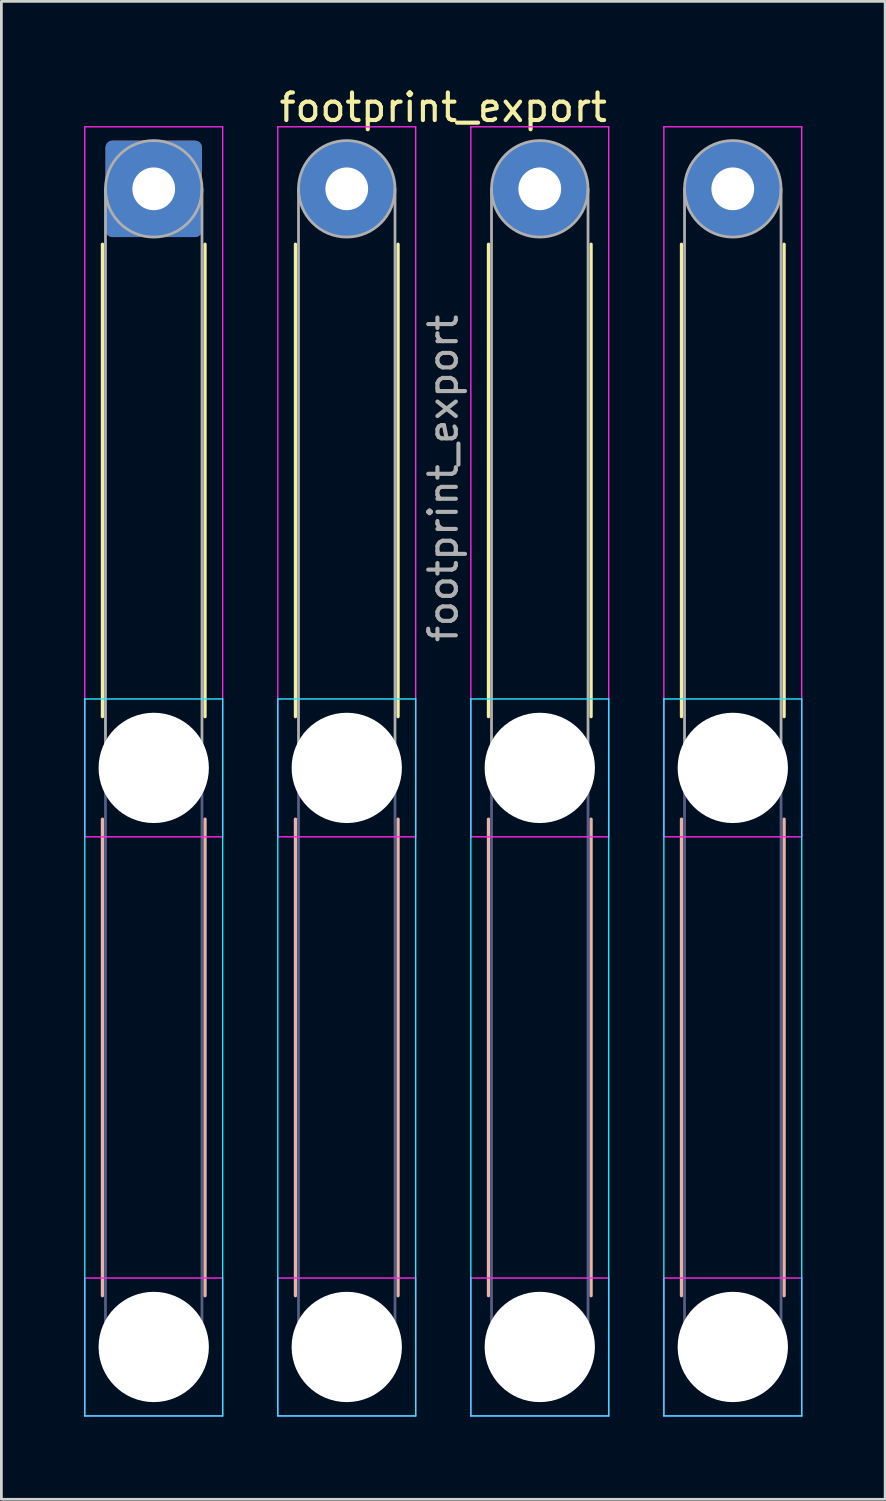
<source format=kicad_pcb>
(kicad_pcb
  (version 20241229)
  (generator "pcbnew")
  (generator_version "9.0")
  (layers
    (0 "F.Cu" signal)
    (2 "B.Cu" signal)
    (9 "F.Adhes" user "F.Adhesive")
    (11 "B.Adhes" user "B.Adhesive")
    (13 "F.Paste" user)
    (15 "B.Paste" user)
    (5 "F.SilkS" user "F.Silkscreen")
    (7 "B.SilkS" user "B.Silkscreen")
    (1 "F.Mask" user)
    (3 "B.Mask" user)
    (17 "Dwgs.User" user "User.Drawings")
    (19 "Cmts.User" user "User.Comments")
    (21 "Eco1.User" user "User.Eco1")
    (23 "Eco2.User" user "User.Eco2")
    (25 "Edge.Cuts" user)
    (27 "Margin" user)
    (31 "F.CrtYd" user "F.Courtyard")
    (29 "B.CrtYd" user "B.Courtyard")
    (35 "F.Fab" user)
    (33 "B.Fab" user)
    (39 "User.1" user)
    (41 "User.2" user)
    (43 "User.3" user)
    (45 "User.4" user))
  (footprint "footprint_export"
    (layer "F.Cu")
    (at 2.525 3.798)
    (property "Reference" "footprint_export" (at 10.5 -2.95 0) (layer "F.SilkS") (effects (font (size 1 1) (thickness 0.15))))
    (attr exclude_from_pos_files exclude_from_bom)
    (fp_line (start -1.86 2.01) (end -1.86 19.14) (stroke (width 0.12) (type solid)) (layer "F.SilkS"))
    (fp_line (start 1.86 2.01) (end 1.86 19.14) (stroke (width 0.12) (type solid)) (layer "F.SilkS"))
    (fp_line (start 5.14 2.01) (end 5.14 19.14) (stroke (width 0.12) (type solid)) (layer "F.SilkS"))
    (fp_line (start 8.86 2.01) (end 8.86 19.14) (stroke (width 0.12) (type solid)) (layer "F.SilkS"))
    (fp_line (start 12.14 2.01) (end 12.14 19.14) (stroke (width 0.12) (type solid)) (layer "F.SilkS"))
    (fp_line (start 15.86 2.01) (end 15.86 19.14) (stroke (width 0.12) (type solid)) (layer "F.SilkS"))
    (fp_line (start 19.14 2.01) (end 19.14 19.14) (stroke (width 0.12) (type solid)) (layer "F.SilkS"))
    (fp_line (start 22.86 2.01) (end 22.86 19.14) (stroke (width 0.12) (type solid)) (layer "F.SilkS"))
    (fp_line (start -1.86 22.86) (end -1.86 40.14) (stroke (width 0.12) (type solid)) (layer "B.SilkS"))
    (fp_line (start 1.86 22.86) (end 1.86 40.14) (stroke (width 0.12) (type solid)) (layer "B.SilkS"))
    (fp_line (start 5.14 22.86) (end 5.14 40.14) (stroke (width 0.12) (type solid)) (layer "B.SilkS"))
    (fp_line (start 8.86 22.86) (end 8.86 40.14) (stroke (width 0.12) (type solid)) (layer "B.SilkS"))
    (fp_line (start 12.14 22.86) (end 12.14 40.14) (stroke (width 0.12) (type solid)) (layer "B.SilkS"))
    (fp_line (start 15.86 22.86) (end 15.86 40.14) (stroke (width 0.12) (type solid)) (layer "B.SilkS"))
    (fp_line (start 19.14 22.86) (end 19.14 40.14) (stroke (width 0.12) (type solid)) (layer "B.SilkS"))
    (fp_line (start 22.86 22.86) (end 22.86 40.14) (stroke (width 0.12) (type solid)) (layer "B.SilkS"))
    (fp_line (start -2.5 18.5) (end -2.5 44.5) (stroke (width 0.05) (type solid)) (layer "B.CrtYd"))
    (fp_line (start -2.5 44.5) (end 2.5 44.5) (stroke (width 0.05) (type solid)) (layer "B.CrtYd"))
    (fp_line (start 2.5 18.5) (end -2.5 18.5) (stroke (width 0.05) (type solid)) (layer "B.CrtYd"))
    (fp_line (start 2.5 44.5) (end 2.5 18.5) (stroke (width 0.05) (type solid)) (layer "B.CrtYd"))
    (fp_line (start 4.5 18.5) (end 4.5 44.5) (stroke (width 0.05) (type solid)) (layer "B.CrtYd"))
    (fp_line (start 4.5 44.5) (end 9.5 44.5) (stroke (width 0.05) (type solid)) (layer "B.CrtYd"))
    (fp_line (start 9.5 18.5) (end 4.5 18.5) (stroke (width 0.05) (type solid)) (layer "B.CrtYd"))
    (fp_line (start 9.5 44.5) (end 9.5 18.5) (stroke (width 0.05) (type solid)) (layer "B.CrtYd"))
    (fp_line (start 11.5 18.5) (end 11.5 44.5) (stroke (width 0.05) (type solid)) (layer "B.CrtYd"))
    (fp_line (start 11.5 44.5) (end 16.5 44.5) (stroke (width 0.05) (type solid)) (layer "B.CrtYd"))
    (fp_line (start 16.5 18.5) (end 11.5 18.5) (stroke (width 0.05) (type solid)) (layer "B.CrtYd"))
    (fp_line (start 16.5 44.5) (end 16.5 18.5) (stroke (width 0.05) (type solid)) (layer "B.CrtYd"))
    (fp_line (start 18.5 18.5) (end 18.5 44.5) (stroke (width 0.05) (type solid)) (layer "B.CrtYd"))
    (fp_line (start 18.5 44.5) (end 23.5 44.5) (stroke (width 0.05) (type solid)) (layer "B.CrtYd"))
    (fp_line (start 23.5 18.5) (end 18.5 18.5) (stroke (width 0.05) (type solid)) (layer "B.CrtYd"))
    (fp_line (start 23.5 44.5) (end 23.5 18.5) (stroke (width 0.05) (type solid)) (layer "B.CrtYd"))
    (fp_line (start -2.5 -2.25) (end -2.5 23.5) (stroke (width 0.05) (type solid)) (layer "F.CrtYd"))
    (fp_line (start -2.5 23.5) (end 2.5 23.5) (stroke (width 0.05) (type solid)) (layer "F.CrtYd"))
    (fp_line (start -2.5 39.5) (end -2.5 44.5) (stroke (width 0.05) (type solid)) (layer "F.CrtYd"))
    (fp_line (start -2.5 44.5) (end 2.5 44.5) (stroke (width 0.05) (type solid)) (layer "F.CrtYd"))
    (fp_line (start 2.5 -2.25) (end -2.5 -2.25) (stroke (width 0.05) (type solid)) (layer "F.CrtYd"))
    (fp_line (start 2.5 23.5) (end 2.5 -2.25) (stroke (width 0.05) (type solid)) (layer "F.CrtYd"))
    (fp_line (start 2.5 39.5) (end -2.5 39.5) (stroke (width 0.05) (type solid)) (layer "F.CrtYd"))
    (fp_line (start 2.5 44.5) (end 2.5 39.5) (stroke (width 0.05) (type solid)) (layer "F.CrtYd"))
    (fp_line (start 4.5 -2.25) (end 4.5 23.5) (stroke (width 0.05) (type solid)) (layer "F.CrtYd"))
    (fp_line (start 4.5 23.5) (end 9.5 23.5) (stroke (width 0.05) (type solid)) (layer "F.CrtYd"))
    (fp_line (start 4.5 39.5) (end 4.5 44.5) (stroke (width 0.05) (type solid)) (layer "F.CrtYd"))
    (fp_line (start 4.5 44.5) (end 9.5 44.5) (stroke (width 0.05) (type solid)) (layer "F.CrtYd"))
    (fp_line (start 9.5 -2.25) (end 4.5 -2.25) (stroke (width 0.05) (type solid)) (layer "F.CrtYd"))
    (fp_line (start 9.5 23.5) (end 9.5 -2.25) (stroke (width 0.05) (type solid)) (layer "F.CrtYd"))
    (fp_line (start 9.5 39.5) (end 4.5 39.5) (stroke (width 0.05) (type solid)) (layer "F.CrtYd"))
    (fp_line (start 9.5 44.5) (end 9.5 39.5) (stroke (width 0.05) (type solid)) (layer "F.CrtYd"))
    (fp_line (start 11.5 -2.25) (end 11.5 23.5) (stroke (width 0.05) (type solid)) (layer "F.CrtYd"))
    (fp_line (start 11.5 23.5) (end 16.5 23.5) (stroke (width 0.05) (type solid)) (layer "F.CrtYd"))
    (fp_line (start 11.5 39.5) (end 11.5 44.5) (stroke (width 0.05) (type solid)) (layer "F.CrtYd"))
    (fp_line (start 11.5 44.5) (end 16.5 44.5) (stroke (width 0.05) (type solid)) (layer "F.CrtYd"))
    (fp_line (start 16.5 -2.25) (end 11.5 -2.25) (stroke (width 0.05) (type solid)) (layer "F.CrtYd"))
    (fp_line (start 16.5 23.5) (end 16.5 -2.25) (stroke (width 0.05) (type solid)) (layer "F.CrtYd"))
    (fp_line (start 16.5 39.5) (end 11.5 39.5) (stroke (width 0.05) (type solid)) (layer "F.CrtYd"))
    (fp_line (start 16.5 44.5) (end 16.5 39.5) (stroke (width 0.05) (type solid)) (layer "F.CrtYd"))
    (fp_line (start 18.5 -2.25) (end 18.5 23.5) (stroke (width 0.05) (type solid)) (layer "F.CrtYd"))
    (fp_line (start 18.5 23.5) (end 23.5 23.5) (stroke (width 0.05) (type solid)) (layer "F.CrtYd"))
    (fp_line (start 18.5 39.5) (end 18.5 44.5) (stroke (width 0.05) (type solid)) (layer "F.CrtYd"))
    (fp_line (start 18.5 44.5) (end 23.5 44.5) (stroke (width 0.05) (type solid)) (layer "F.CrtYd"))
    (fp_line (start 23.5 -2.25) (end 18.5 -2.25) (stroke (width 0.05) (type solid)) (layer "F.CrtYd"))
    (fp_line (start 23.5 23.5) (end 23.5 -2.25) (stroke (width 0.05) (type solid)) (layer "F.CrtYd"))
    (fp_line (start 23.5 39.5) (end 18.5 39.5) (stroke (width 0.05) (type solid)) (layer "F.CrtYd"))
    (fp_line (start 23.5 44.5) (end 23.5 39.5) (stroke (width 0.05) (type solid)) (layer "F.CrtYd"))
    (fp_line (start -1.75 21) (end -1.75 42) (stroke (width 0.1) (type solid)) (layer "B.Fab"))
    (fp_line (start 1.75 21) (end 1.75 42) (stroke (width 0.1) (type solid)) (layer "B.Fab"))
    (fp_line (start 5.25 21) (end 5.25 42) (stroke (width 0.1) (type solid)) (layer "B.Fab"))
    (fp_line (start 8.75 21) (end 8.75 42) (stroke (width 0.1) (type solid)) (layer "B.Fab"))
    (fp_line (start 12.25 21) (end 12.25 42) (stroke (width 0.1) (type solid)) (layer "B.Fab"))
    (fp_line (start 15.75 21) (end 15.75 42) (stroke (width 0.1) (type solid)) (layer "B.Fab"))
    (fp_line (start 19.25 21) (end 19.25 42) (stroke (width 0.1) (type solid)) (layer "B.Fab"))
    (fp_line (start 22.75 21) (end 22.75 42) (stroke (width 0.1) (type solid)) (layer "B.Fab"))
    (fp_circle (center 0 21) (end 1.75 21) (stroke (width 0.1) (type solid)) (fill no) (layer "B.Fab"))
    (fp_circle (center 0 42) (end 1.75 42) (stroke (width 0.1) (type solid)) (fill no) (layer "B.Fab"))
    (fp_circle (center 7 21) (end 8.75 21) (stroke (width 0.1) (type solid)) (fill no) (layer "B.Fab"))
    (fp_circle (center 7 42) (end 8.75 42) (stroke (width 0.1) (type solid)) (fill no) (layer "B.Fab"))
    (fp_circle (center 14 21) (end 15.75 21) (stroke (width 0.1) (type solid)) (fill no) (layer "B.Fab"))
    (fp_circle (center 14 42) (end 15.75 42) (stroke (width 0.1) (type solid)) (fill no) (layer "B.Fab"))
    (fp_circle (center 21 21) (end 22.75 21) (stroke (width 0.1) (type solid)) (fill no) (layer "B.Fab"))
    (fp_circle (center 21 42) (end 22.75 42) (stroke (width 0.1) (type solid)) (fill no) (layer "B.Fab"))
    (fp_line (start -1.75 0) (end -1.75 21) (stroke (width 0.1) (type solid)) (layer "F.Fab"))
    (fp_line (start 1.75 0) (end 1.75 21) (stroke (width 0.1) (type solid)) (layer "F.Fab"))
    (fp_line (start 5.25 0) (end 5.25 21) (stroke (width 0.1) (type solid)) (layer "F.Fab"))
    (fp_line (start 8.75 0) (end 8.75 21) (stroke (width 0.1) (type solid)) (layer "F.Fab"))
    (fp_line (start 12.25 0) (end 12.25 21) (stroke (width 0.1) (type solid)) (layer "F.Fab"))
    (fp_line (start 15.75 0) (end 15.75 21) (stroke (width 0.1) (type solid)) (layer "F.Fab"))
    (fp_line (start 19.25 0) (end 19.25 21) (stroke (width 0.1) (type solid)) (layer "F.Fab"))
    (fp_line (start 22.75 0) (end 22.75 21) (stroke (width 0.1) (type solid)) (layer "F.Fab"))
    (fp_circle (center 0 0) (end 1.75 0) (stroke (width 0.1) (type solid)) (fill no) (layer "F.Fab"))
    (fp_circle (center 0 21) (end 1.75 21) (stroke (width 0.1) (type solid)) (fill no) (layer "F.Fab"))
    (fp_circle (center 0 42) (end 1.75 42) (stroke (width 0.1) (type solid)) (fill no) (layer "F.Fab"))
    (fp_circle (center 7 0) (end 8.75 0) (stroke (width 0.1) (type solid)) (fill no) (layer "F.Fab"))
    (fp_circle (center 7 21) (end 8.75 21) (stroke (width 0.1) (type solid)) (fill no) (layer "F.Fab"))
    (fp_circle (center 7 42) (end 8.75 42) (stroke (width 0.1) (type solid)) (fill no) (layer "F.Fab"))
    (fp_circle (center 14 0) (end 15.75 0) (stroke (width 0.1) (type solid)) (fill no) (layer "F.Fab"))
    (fp_circle (center 14 21) (end 15.75 21) (stroke (width 0.1) (type solid)) (fill no) (layer "F.Fab"))
    (fp_circle (center 14 42) (end 15.75 42) (stroke (width 0.1) (type solid)) (fill no) (layer "F.Fab"))
    (fp_circle (center 21 0) (end 22.75 0) (stroke (width 0.1) (type solid)) (fill no) (layer "F.Fab"))
    (fp_circle (center 21 21) (end 22.75 21) (stroke (width 0.1) (type solid)) (fill no) (layer "F.Fab"))
    (fp_circle (center 21 42) (end 22.75 42) (stroke (width 0.1) (type solid)) (fill no) (layer "F.Fab"))
    (fp_text user "${REFERENCE}" (at 10.5 10.5 90) (layer "F.Fab") (effects (font (size 1 1) (thickness 0.15))))
    (pad "" np_thru_hole circle (at 0 21) (size 4 4) (drill 4) (layers "*.Cu" "*.Mask"))
    (pad "" np_thru_hole circle (at 0 42) (size 4 4) (drill 4) (layers "*.Cu" "*.Mask"))
    (pad "" np_thru_hole circle (at 7 21) (size 4 4) (drill 4) (layers "*.Cu" "*.Mask"))
    (pad "" np_thru_hole circle (at 7 42) (size 4 4) (drill 4) (layers "*.Cu" "*.Mask"))
    (pad "" np_thru_hole circle (at 14 21) (size 4 4) (drill 4) (layers "*.Cu" "*.Mask"))
    (pad "" np_thru_hole circle (at 14 42) (size 4 4) (drill 4) (layers "*.Cu" "*.Mask"))
    (pad "" np_thru_hole circle (at 21 21) (size 4 4) (drill 4) (layers "*.Cu" "*.Mask"))
    (pad "" np_thru_hole circle (at 21 42) (size 4 4) (drill 4) (layers "*.Cu" "*.Mask"))
    (pad "1" thru_hole roundrect (at 0 0) (size 3.5 3.5) (drill 1.55) (layers "*.Cu" "*.Mask") (roundrect_rratio 0.071))
    (pad "2" thru_hole circle (at 7 0) (size 3.5 3.5) (drill 1.55) (layers "*.Cu" "*.Mask"))
    (pad "3" thru_hole circle (at 14 0) (size 3.5 3.5) (drill 1.55) (layers "*.Cu" "*.Mask"))
    (pad "4" thru_hole circle (at 21 0) (size 3.5 3.5) (drill 1.55) (layers "*.Cu" "*.Mask")))
  (gr_rect
    (start -3 -3)
    (end 29.05 51.323)
    (stroke (width 0.1) (type default))
    (fill no)
    (layer "Edge.Cuts")))
</source>
